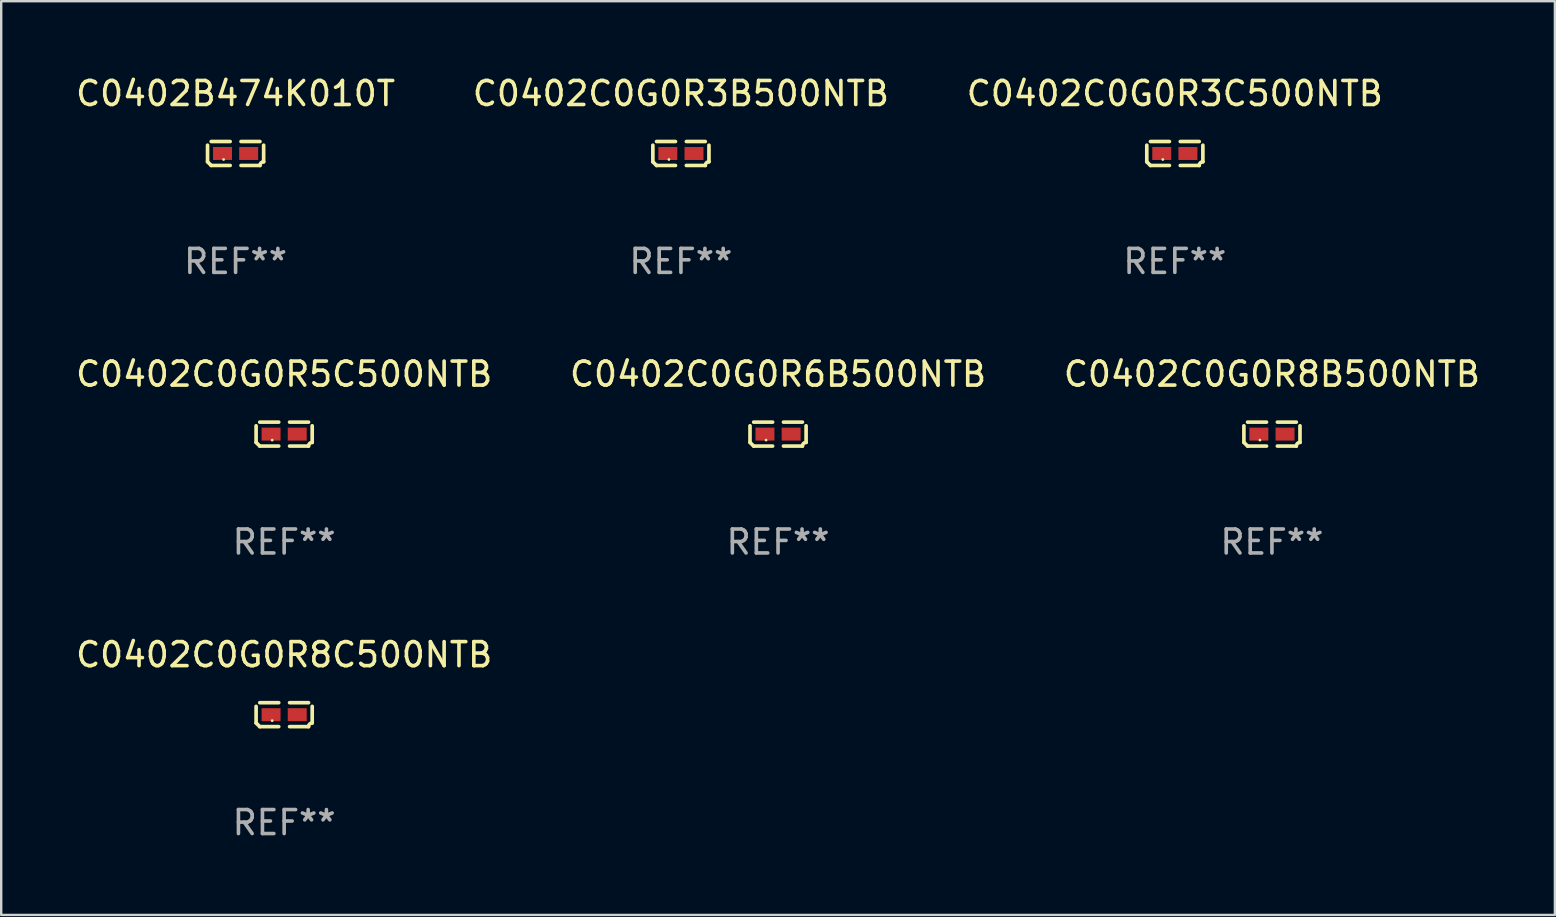
<source format=kicad_pcb>
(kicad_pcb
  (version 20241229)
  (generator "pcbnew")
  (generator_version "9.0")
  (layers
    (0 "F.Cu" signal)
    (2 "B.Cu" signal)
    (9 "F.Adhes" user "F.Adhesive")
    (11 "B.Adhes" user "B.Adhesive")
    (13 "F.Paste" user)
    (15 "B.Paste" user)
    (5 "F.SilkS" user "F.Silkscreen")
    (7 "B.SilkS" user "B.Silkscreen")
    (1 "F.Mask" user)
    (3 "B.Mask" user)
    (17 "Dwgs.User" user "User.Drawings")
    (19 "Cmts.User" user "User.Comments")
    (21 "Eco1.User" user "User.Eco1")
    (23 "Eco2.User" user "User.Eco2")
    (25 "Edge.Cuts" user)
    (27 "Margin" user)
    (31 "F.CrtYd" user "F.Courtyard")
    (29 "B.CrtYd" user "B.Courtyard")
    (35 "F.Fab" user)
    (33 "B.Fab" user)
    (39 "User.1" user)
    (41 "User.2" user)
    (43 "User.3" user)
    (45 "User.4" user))
  (footprint "C0402C0G0R8B500NTB"
    (layer "F.Cu")
    (at 49.958 15.041)
    (property "Reference" "C0402C0G0R8B500NTB" (at 0 -2.499 0) (layer "F.SilkS") (effects (font (size 1 1) (thickness 0.15))))
    (attr through_hole)
    (fp_line (start -1.169 0.346) (end -1.169 -0.346) (stroke (width 0.152) (type solid)) (layer "F.SilkS"))
    (fp_line (start -1.016 -0.499) (end -0.226 -0.499) (stroke (width 0.152) (type solid)) (layer "F.SilkS"))
    (fp_line (start -0.226 0.499) (end -1.016 0.499) (stroke (width 0.152) (type solid)) (layer "F.SilkS"))
    (fp_line (start 0.226 0.499) (end 1.016 0.499) (stroke (width 0.152) (type solid)) (layer "F.SilkS"))
    (fp_line (start 1.016 -0.499) (end 0.226 -0.499) (stroke (width 0.152) (type solid)) (layer "F.SilkS"))
    (fp_line (start 1.169 0.346) (end 1.169 -0.346) (stroke (width 0.152) (type solid)) (layer "F.SilkS"))
    (fp_arc (start -1.016307 0.498603) (mid -1.092512 0.422405) (end -1.16871 0.3462) (stroke (width 0.1524) (type solid)) (layer "F.SilkS"))
    (fp_arc (start 1.016307 0.498603) (mid 1.060899 0.390758) (end 1.168707 0.346076) (stroke (width 0.1524) (type solid)) (layer "F.SilkS"))
    (fp_circle (center -0.5 0.25) (end -0.47 0.25) (stroke (width 0.06) (type solid)) (fill no) (layer "F.SilkS"))
    (fp_text user "REF**" (at 0 4.499 0) (layer "F.Fab") (effects (font (size 1 1) (thickness 0.15))))
    (pad "1" smd rect (at -0.545 0) (size 0.79 0.54) (layers "F.Cu" "F.Mask" "F.Paste"))
    (pad "2" smd rect (at 0.545 0) (size 0.79 0.54) (layers "F.Cu" "F.Mask" "F.Paste")))
  (footprint "C0402C0G0R3B500NTB"
    (layer "F.Cu")
    (at 25.327 3.347)
    (property "Reference" "C0402C0G0R3B500NTB" (at 0 -2.499 0) (layer "F.SilkS") (effects (font (size 1 1) (thickness 0.15))))
    (attr through_hole)
    (fp_line (start -1.169 0.346) (end -1.169 -0.346) (stroke (width 0.152) (type solid)) (layer "F.SilkS"))
    (fp_line (start -1.016 -0.499) (end -0.226 -0.499) (stroke (width 0.152) (type solid)) (layer "F.SilkS"))
    (fp_line (start -0.226 0.499) (end -1.016 0.499) (stroke (width 0.152) (type solid)) (layer "F.SilkS"))
    (fp_line (start 0.226 0.499) (end 1.016 0.499) (stroke (width 0.152) (type solid)) (layer "F.SilkS"))
    (fp_line (start 1.016 -0.499) (end 0.226 -0.499) (stroke (width 0.152) (type solid)) (layer "F.SilkS"))
    (fp_line (start 1.169 0.346) (end 1.169 -0.346) (stroke (width 0.152) (type solid)) (layer "F.SilkS"))
    (fp_arc (start -1.016307 0.498603) (mid -1.092512 0.422405) (end -1.16871 0.3462) (stroke (width 0.1524) (type solid)) (layer "F.SilkS"))
    (fp_arc (start 1.016307 0.498603) (mid 1.060899 0.390758) (end 1.168707 0.346076) (stroke (width 0.1524) (type solid)) (layer "F.SilkS"))
    (fp_circle (center -0.5 0.25) (end -0.47 0.25) (stroke (width 0.06) (type solid)) (fill no) (layer "F.SilkS"))
    (fp_text user "REF**" (at 0 4.499 0) (layer "F.Fab") (effects (font (size 1 1) (thickness 0.15))))
    (pad "1" smd rect (at -0.545 0) (size 0.79 0.54) (layers "F.Cu" "F.Mask" "F.Paste"))
    (pad "2" smd rect (at 0.545 0) (size 0.79 0.54) (layers "F.Cu" "F.Mask" "F.Paste")))
  (footprint "C0402C0G0R3C500NTB"
    (layer "F.Cu")
    (at 45.911 3.347)
    (property "Reference" "C0402C0G0R3C500NTB" (at 0 -2.499 0) (layer "F.SilkS") (effects (font (size 1 1) (thickness 0.15))))
    (attr through_hole)
    (fp_line (start -1.169 0.346) (end -1.169 -0.346) (stroke (width 0.152) (type solid)) (layer "F.SilkS"))
    (fp_line (start -1.016 -0.499) (end -0.226 -0.499) (stroke (width 0.152) (type solid)) (layer "F.SilkS"))
    (fp_line (start -0.226 0.499) (end -1.016 0.499) (stroke (width 0.152) (type solid)) (layer "F.SilkS"))
    (fp_line (start 0.226 0.499) (end 1.016 0.499) (stroke (width 0.152) (type solid)) (layer "F.SilkS"))
    (fp_line (start 1.016 -0.499) (end 0.226 -0.499) (stroke (width 0.152) (type solid)) (layer "F.SilkS"))
    (fp_line (start 1.169 0.346) (end 1.169 -0.346) (stroke (width 0.152) (type solid)) (layer "F.SilkS"))
    (fp_arc (start -1.016307 0.498603) (mid -1.092512 0.422405) (end -1.16871 0.3462) (stroke (width 0.1524) (type solid)) (layer "F.SilkS"))
    (fp_arc (start 1.016307 0.498603) (mid 1.060899 0.390758) (end 1.168707 0.346076) (stroke (width 0.1524) (type solid)) (layer "F.SilkS"))
    (fp_circle (center -0.5 0.25) (end -0.47 0.25) (stroke (width 0.06) (type solid)) (fill no) (layer "F.SilkS"))
    (fp_text user "REF**" (at 0 4.499 0) (layer "F.Fab") (effects (font (size 1 1) (thickness 0.15))))
    (pad "1" smd rect (at -0.545 0) (size 0.79 0.54) (layers "F.Cu" "F.Mask" "F.Paste"))
    (pad "2" smd rect (at 0.545 0) (size 0.79 0.54) (layers "F.Cu" "F.Mask" "F.Paste")))
  (footprint "C0402B474K010T"
    (layer "F.Cu")
    (at 6.768 3.347)
    (property "Reference" "C0402B474K010T" (at 0 -2.499 0) (layer "F.SilkS") (effects (font (size 1 1) (thickness 0.15))))
    (attr through_hole)
    (fp_line (start -1.169 0.346) (end -1.169 -0.346) (stroke (width 0.152) (type solid)) (layer "F.SilkS"))
    (fp_line (start -1.016 -0.499) (end -0.226 -0.499) (stroke (width 0.152) (type solid)) (layer "F.SilkS"))
    (fp_line (start -0.226 0.499) (end -1.016 0.499) (stroke (width 0.152) (type solid)) (layer "F.SilkS"))
    (fp_line (start 0.226 0.499) (end 1.016 0.499) (stroke (width 0.152) (type solid)) (layer "F.SilkS"))
    (fp_line (start 1.016 -0.499) (end 0.226 -0.499) (stroke (width 0.152) (type solid)) (layer "F.SilkS"))
    (fp_line (start 1.169 0.346) (end 1.169 -0.346) (stroke (width 0.152) (type solid)) (layer "F.SilkS"))
    (fp_arc (start -1.016307 0.498603) (mid -1.092512 0.422405) (end -1.16871 0.3462) (stroke (width 0.1524) (type solid)) (layer "F.SilkS"))
    (fp_arc (start 1.016307 0.498603) (mid 1.060899 0.390758) (end 1.168707 0.346076) (stroke (width 0.1524) (type solid)) (layer "F.SilkS"))
    (fp_circle (center -0.5 0.25) (end -0.47 0.25) (stroke (width 0.06) (type solid)) (fill no) (layer "F.SilkS"))
    (fp_text user "REF**" (at 0 4.499 0) (layer "F.Fab") (effects (font (size 1 1) (thickness 0.15))))
    (pad "1" smd rect (at -0.545 0) (size 0.79 0.54) (layers "F.Cu" "F.Mask" "F.Paste"))
    (pad "2" smd rect (at 0.545 0) (size 0.79 0.54) (layers "F.Cu" "F.Mask" "F.Paste")))
  (footprint "C0402C0G0R8C500NTB"
    (layer "F.Cu")
    (at 8.792 26.734)
    (property "Reference" "C0402C0G0R8C500NTB" (at 0 -2.499 0) (layer "F.SilkS") (effects (font (size 1 1) (thickness 0.15))))
    (attr through_hole)
    (fp_line (start -1.169 0.346) (end -1.169 -0.346) (stroke (width 0.152) (type solid)) (layer "F.SilkS"))
    (fp_line (start -1.016 -0.499) (end -0.226 -0.499) (stroke (width 0.152) (type solid)) (layer "F.SilkS"))
    (fp_line (start -0.226 0.499) (end -1.016 0.499) (stroke (width 0.152) (type solid)) (layer "F.SilkS"))
    (fp_line (start 0.226 0.499) (end 1.016 0.499) (stroke (width 0.152) (type solid)) (layer "F.SilkS"))
    (fp_line (start 1.016 -0.499) (end 0.226 -0.499) (stroke (width 0.152) (type solid)) (layer "F.SilkS"))
    (fp_line (start 1.169 0.346) (end 1.169 -0.346) (stroke (width 0.152) (type solid)) (layer "F.SilkS"))
    (fp_arc (start -1.016307 0.498603) (mid -1.092512 0.422405) (end -1.16871 0.3462) (stroke (width 0.1524) (type solid)) (layer "F.SilkS"))
    (fp_arc (start 1.016307 0.498603) (mid 1.060899 0.390758) (end 1.168707 0.346076) (stroke (width 0.1524) (type solid)) (layer "F.SilkS"))
    (fp_circle (center -0.5 0.25) (end -0.47 0.25) (stroke (width 0.06) (type solid)) (fill no) (layer "F.SilkS"))
    (fp_text user "REF**" (at 0 4.499 0) (layer "F.Fab") (effects (font (size 1 1) (thickness 0.15))))
    (pad "1" smd rect (at -0.545 0) (size 0.79 0.54) (layers "F.Cu" "F.Mask" "F.Paste"))
    (pad "2" smd rect (at 0.545 0) (size 0.79 0.54) (layers "F.Cu" "F.Mask" "F.Paste")))
  (footprint "C0402C0G0R5C500NTB"
    (layer "F.Cu")
    (at 8.792 15.041)
    (property "Reference" "C0402C0G0R5C500NTB" (at 0 -2.499 0) (layer "F.SilkS") (effects (font (size 1 1) (thickness 0.15))))
    (attr through_hole)
    (fp_line (start -1.169 0.346) (end -1.169 -0.346) (stroke (width 0.152) (type solid)) (layer "F.SilkS"))
    (fp_line (start -1.016 -0.499) (end -0.226 -0.499) (stroke (width 0.152) (type solid)) (layer "F.SilkS"))
    (fp_line (start -0.226 0.499) (end -1.016 0.499) (stroke (width 0.152) (type solid)) (layer "F.SilkS"))
    (fp_line (start 0.226 0.499) (end 1.016 0.499) (stroke (width 0.152) (type solid)) (layer "F.SilkS"))
    (fp_line (start 1.016 -0.499) (end 0.226 -0.499) (stroke (width 0.152) (type solid)) (layer "F.SilkS"))
    (fp_line (start 1.169 0.346) (end 1.169 -0.346) (stroke (width 0.152) (type solid)) (layer "F.SilkS"))
    (fp_arc (start -1.016307 0.498603) (mid -1.092512 0.422405) (end -1.16871 0.3462) (stroke (width 0.1524) (type solid)) (layer "F.SilkS"))
    (fp_arc (start 1.016307 0.498603) (mid 1.060899 0.390758) (end 1.168707 0.346076) (stroke (width 0.1524) (type solid)) (layer "F.SilkS"))
    (fp_circle (center -0.5 0.25) (end -0.47 0.25) (stroke (width 0.06) (type solid)) (fill no) (layer "F.SilkS"))
    (fp_text user "REF**" (at 0 4.499 0) (layer "F.Fab") (effects (font (size 1 1) (thickness 0.15))))
    (pad "1" smd rect (at -0.545 0) (size 0.79 0.54) (layers "F.Cu" "F.Mask" "F.Paste"))
    (pad "2" smd rect (at 0.545 0) (size 0.79 0.54) (layers "F.Cu" "F.Mask" "F.Paste")))
  (footprint "C0402C0G0R6B500NTB"
    (layer "F.Cu")
    (at 29.375 15.041)
    (property "Reference" "C0402C0G0R6B500NTB" (at 0 -2.499 0) (layer "F.SilkS") (effects (font (size 1 1) (thickness 0.15))))
    (attr through_hole)
    (fp_line (start -1.169 0.346) (end -1.169 -0.346) (stroke (width 0.152) (type solid)) (layer "F.SilkS"))
    (fp_line (start -1.016 -0.499) (end -0.226 -0.499) (stroke (width 0.152) (type solid)) (layer "F.SilkS"))
    (fp_line (start -0.226 0.499) (end -1.016 0.499) (stroke (width 0.152) (type solid)) (layer "F.SilkS"))
    (fp_line (start 0.226 0.499) (end 1.016 0.499) (stroke (width 0.152) (type solid)) (layer "F.SilkS"))
    (fp_line (start 1.016 -0.499) (end 0.226 -0.499) (stroke (width 0.152) (type solid)) (layer "F.SilkS"))
    (fp_line (start 1.169 0.346) (end 1.169 -0.346) (stroke (width 0.152) (type solid)) (layer "F.SilkS"))
    (fp_arc (start -1.016307 0.498603) (mid -1.092512 0.422405) (end -1.16871 0.3462) (stroke (width 0.1524) (type solid)) (layer "F.SilkS"))
    (fp_arc (start 1.016307 0.498603) (mid 1.060899 0.390758) (end 1.168707 0.346076) (stroke (width 0.1524) (type solid)) (layer "F.SilkS"))
    (fp_circle (center -0.5 0.25) (end -0.47 0.25) (stroke (width 0.06) (type solid)) (fill no) (layer "F.SilkS"))
    (fp_text user "REF**" (at 0 4.499 0) (layer "F.Fab") (effects (font (size 1 1) (thickness 0.15))))
    (pad "1" smd rect (at -0.545 0) (size 0.79 0.54) (layers "F.Cu" "F.Mask" "F.Paste"))
    (pad "2" smd rect (at 0.545 0) (size 0.79 0.54) (layers "F.Cu" "F.Mask" "F.Paste")))
  (gr_rect
    (start -3 -3)
    (end 61.75 35.081)
    (stroke (width 0.1) (type default))
    (fill no)
    (layer "Edge.Cuts")))
</source>
